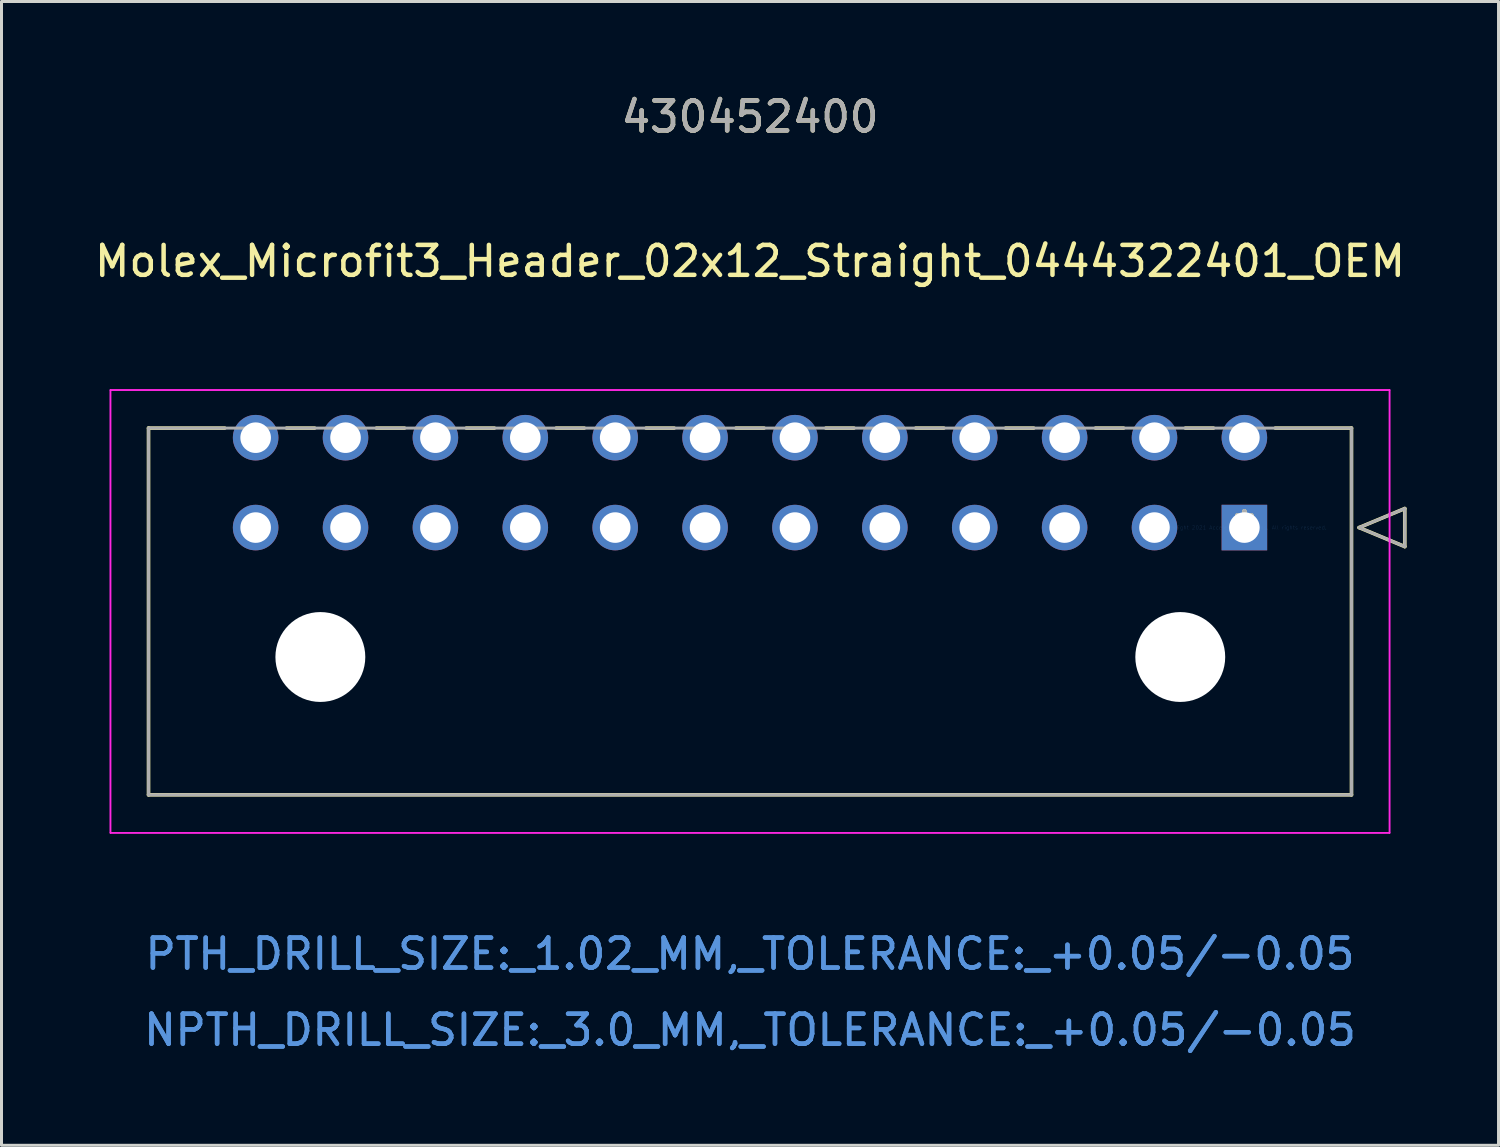
<source format=kicad_pcb>
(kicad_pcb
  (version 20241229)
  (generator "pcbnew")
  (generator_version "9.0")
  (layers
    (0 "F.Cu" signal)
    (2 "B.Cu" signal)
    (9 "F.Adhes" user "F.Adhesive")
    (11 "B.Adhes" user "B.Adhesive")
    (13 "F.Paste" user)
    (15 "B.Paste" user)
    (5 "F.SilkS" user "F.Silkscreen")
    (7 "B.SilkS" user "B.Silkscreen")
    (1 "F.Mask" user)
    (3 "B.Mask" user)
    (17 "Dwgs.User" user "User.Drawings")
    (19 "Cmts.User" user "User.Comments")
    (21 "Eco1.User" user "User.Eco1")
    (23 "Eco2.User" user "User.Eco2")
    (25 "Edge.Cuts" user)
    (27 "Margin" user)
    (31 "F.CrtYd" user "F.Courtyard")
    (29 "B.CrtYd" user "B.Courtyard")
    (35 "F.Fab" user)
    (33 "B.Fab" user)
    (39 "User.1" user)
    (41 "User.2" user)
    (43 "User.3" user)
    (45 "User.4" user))
  (footprint "Molex_Microfit3_Header_02x12_Straight_0444322401_OEM"
    (layer "F.Cu")
    (at 38.482 14.558)
    (property "Reference" "Molex_Microfit3_Header_02x12_Straight_0444322401_OEM" (at -16.5 -8.89 0) (layer "F.SilkS") (effects (font (size 1 1) (thickness 0.15))))
    (attr through_hole)
    (fp_line (start -36.575 -3.32) (end -36.575 8.92) (stroke (width 0.12) (type solid)) (layer "F.SilkS"))
    (fp_line (start -36.575 8.92) (end 3.575 8.92) (stroke (width 0.12) (type solid)) (layer "F.SilkS"))
    (fp_line (start -34.032 -3.32) (end -36.575 -3.32) (stroke (width 0.12) (type solid)) (layer "F.SilkS"))
    (fp_line (start -31.032 -3.32) (end -31.968 -3.32) (stroke (width 0.12) (type solid)) (layer "F.SilkS"))
    (fp_line (start -28.032 -3.32) (end -28.968 -3.32) (stroke (width 0.12) (type solid)) (layer "F.SilkS"))
    (fp_line (start -25.032 -3.32) (end -25.968 -3.32) (stroke (width 0.12) (type solid)) (layer "F.SilkS"))
    (fp_line (start -22.032 -3.32) (end -22.968 -3.32) (stroke (width 0.12) (type solid)) (layer "F.SilkS"))
    (fp_line (start -19.032 -3.32) (end -19.968 -3.32) (stroke (width 0.12) (type solid)) (layer "F.SilkS"))
    (fp_line (start -16.032 -3.32) (end -16.968 -3.32) (stroke (width 0.12) (type solid)) (layer "F.SilkS"))
    (fp_line (start -13.032 -3.32) (end -13.968 -3.32) (stroke (width 0.12) (type solid)) (layer "F.SilkS"))
    (fp_line (start -10.032 -3.32) (end -10.968 -3.32) (stroke (width 0.12) (type solid)) (layer "F.SilkS"))
    (fp_line (start -7.032 -3.32) (end -7.968 -3.32) (stroke (width 0.12) (type solid)) (layer "F.SilkS"))
    (fp_line (start -4.032 -3.32) (end -4.968 -3.32) (stroke (width 0.12) (type solid)) (layer "F.SilkS"))
    (fp_line (start -1.032 -3.32) (end -1.968 -3.32) (stroke (width 0.12) (type solid)) (layer "F.SilkS"))
    (fp_line (start 3.575 -3.32) (end 1.032 -3.32) (stroke (width 0.12) (type solid)) (layer "F.SilkS"))
    (fp_line (start 3.575 8.92) (end 3.575 -3.32) (stroke (width 0.12) (type solid)) (layer "F.SilkS"))
    (fp_line (start 3.829 0) (end 5.353 -0.635) (stroke (width 0.12) (type solid)) (layer "F.SilkS"))
    (fp_line (start 5.353 -0.635) (end 5.353 0.635) (stroke (width 0.12) (type solid)) (layer "F.SilkS"))
    (fp_line (start 5.353 0.635) (end 3.829 0) (stroke (width 0.12) (type solid)) (layer "F.SilkS"))
    (fp_line (start -37.845 -4.59) (end -37.845 10.19) (stroke (width 0.05) (type solid)) (layer "F.CrtYd"))
    (fp_line (start -37.845 -4.59) (end -37.845 10.19) (stroke (width 0.05) (type solid)) (layer "F.CrtYd"))
    (fp_line (start -37.845 10.19) (end 4.845 10.19) (stroke (width 0.05) (type solid)) (layer "F.CrtYd"))
    (fp_line (start -37.845 10.19) (end 4.845 10.19) (stroke (width 0.05) (type solid)) (layer "F.CrtYd"))
    (fp_line (start 4.845 -4.59) (end -37.845 -4.59) (stroke (width 0.05) (type solid)) (layer "F.CrtYd"))
    (fp_line (start 4.845 -4.59) (end -37.845 -4.59) (stroke (width 0.05) (type solid)) (layer "F.CrtYd"))
    (fp_line (start 4.845 10.19) (end 4.845 -4.59) (stroke (width 0.05) (type solid)) (layer "F.CrtYd"))
    (fp_line (start 4.845 10.19) (end 4.845 -4.59) (stroke (width 0.05) (type solid)) (layer "F.CrtYd"))
    (fp_line (start -36.575 -3.32) (end -36.575 8.92) (stroke (width 0.1) (type solid)) (layer "F.Fab"))
    (fp_line (start -36.575 8.92) (end 3.575 8.92) (stroke (width 0.1) (type solid)) (layer "F.Fab"))
    (fp_line (start 3.575 -3.32) (end -36.575 -3.32) (stroke (width 0.1) (type solid)) (layer "F.Fab"))
    (fp_line (start 3.575 8.92) (end 3.575 -3.32) (stroke (width 0.1) (type solid)) (layer "F.Fab"))
    (fp_line (start 3.829 0) (end 5.353 -0.635) (stroke (width 0.1) (type solid)) (layer "F.Fab"))
    (fp_line (start 5.353 -0.635) (end 5.353 0.635) (stroke (width 0.1) (type solid)) (layer "F.Fab"))
    (fp_line (start 5.353 0.635) (end 3.829 0) (stroke (width 0.1) (type solid)) (layer "F.Fab"))
    (fp_text user "*" (at 0 0 0) (layer "F.SilkS") (effects (font (size 1 1) (thickness 0.15))))
    (fp_text user "430452400" (at -16.5 -13.71 0) (layer "F.SilkS") (effects (font (size 1 1) (thickness 0.15))))
    (fp_text user "PTH_DRILL_SIZE:_1.02_MM,_TOLERANCE:_+0.05/-0.05" (at -16.5 14.23 0) (layer "Cmts.User") (effects (font (size 1 1) (thickness 0.15))))
    (fp_text user "PTH_DRILL_SIZE:_1.02_MM,_TOLERANCE:_+0.05/-0.05" (at -16.5 14.23 0) (layer "Cmts.User") (effects (font (size 1 1) (thickness 0.15))))
    (fp_text user "NPTH_DRILL_SIZE:_3.0_MM,_TOLERANCE:_+0.05/-0.05" (at -16.5 16.77 0) (layer "Cmts.User") (effects (font (size 1 1) (thickness 0.15))))
    (fp_text user "NPTH_DRILL_SIZE:_3.0_MM,_TOLERANCE:_+0.05/-0.05" (at -16.5 16.77 0) (layer "Cmts.User") (effects (font (size 1 1) (thickness 0.15))))
    (fp_text user "Copyright 2021 Accelerated Designs. All rights reserved." (at 0 0 0) (layer "Cmts.User") (effects (font (size 0.127 0.127) (thickness 0.002))))
    (fp_text user "*" (at 0 0 0) (layer "F.Fab") (effects (font (size 1 1) (thickness 0.15))))
    (fp_text user "430452400" (at -16.5 -13.71 0) (layer "F.Fab") (effects (font (size 1 1) (thickness 0.15))))
    (pad "" np_thru_hole circle (at -30.84 4.32) (size 3 3) (drill 3) (layers "*.Cu" "*.Mask"))
    (pad "" np_thru_hole circle (at -2.14 4.32) (size 3 3) (drill 3) (layers "*.Cu" "*.Mask"))
    (pad "1" thru_hole rect (at 0 0) (size 1.52 1.52) (drill 1.02) (layers "*.Cu" "*.Mask"))
    (pad "2" thru_hole circle (at -3 0) (size 1.52 1.52) (drill 1.02) (layers "*.Cu" "*.Mask"))
    (pad "3" thru_hole circle (at -6 0) (size 1.52 1.52) (drill 1.02) (layers "*.Cu" "*.Mask"))
    (pad "4" thru_hole circle (at -9 0) (size 1.52 1.52) (drill 1.02) (layers "*.Cu" "*.Mask"))
    (pad "5" thru_hole circle (at -12 0) (size 1.52 1.52) (drill 1.02) (layers "*.Cu" "*.Mask"))
    (pad "6" thru_hole circle (at -15 0) (size 1.52 1.52) (drill 1.02) (layers "*.Cu" "*.Mask"))
    (pad "7" thru_hole circle (at -18 0) (size 1.52 1.52) (drill 1.02) (layers "*.Cu" "*.Mask"))
    (pad "8" thru_hole circle (at -21 0) (size 1.52 1.52) (drill 1.02) (layers "*.Cu" "*.Mask"))
    (pad "9" thru_hole circle (at -24 0) (size 1.52 1.52) (drill 1.02) (layers "*.Cu" "*.Mask"))
    (pad "10" thru_hole circle (at -27 0) (size 1.52 1.52) (drill 1.02) (layers "*.Cu" "*.Mask"))
    (pad "11" thru_hole circle (at -30 0) (size 1.52 1.52) (drill 1.02) (layers "*.Cu" "*.Mask"))
    (pad "12" thru_hole circle (at -33 0) (size 1.52 1.52) (drill 1.02) (layers "*.Cu" "*.Mask"))
    (pad "13" thru_hole circle (at 0 -3) (size 1.52 1.52) (drill 1.02) (layers "*.Cu" "*.Mask"))
    (pad "14" thru_hole circle (at -3 -3) (size 1.52 1.52) (drill 1.02) (layers "*.Cu" "*.Mask"))
    (pad "15" thru_hole circle (at -6 -3) (size 1.52 1.52) (drill 1.02) (layers "*.Cu" "*.Mask"))
    (pad "16" thru_hole circle (at -9 -3) (size 1.52 1.52) (drill 1.02) (layers "*.Cu" "*.Mask"))
    (pad "17" thru_hole circle (at -12 -3) (size 1.52 1.52) (drill 1.02) (layers "*.Cu" "*.Mask"))
    (pad "18" thru_hole circle (at -15 -3) (size 1.52 1.52) (drill 1.02) (layers "*.Cu" "*.Mask"))
    (pad "19" thru_hole circle (at -18 -3) (size 1.52 1.52) (drill 1.02) (layers "*.Cu" "*.Mask"))
    (pad "20" thru_hole circle (at -21 -3) (size 1.52 1.52) (drill 1.02) (layers "*.Cu" "*.Mask"))
    (pad "21" thru_hole circle (at -24 -3) (size 1.52 1.52) (drill 1.02) (layers "*.Cu" "*.Mask"))
    (pad "22" thru_hole circle (at -27 -3) (size 1.52 1.52) (drill 1.02) (layers "*.Cu" "*.Mask"))
    (pad "23" thru_hole circle (at -30 -3) (size 1.52 1.52) (drill 1.02) (layers "*.Cu" "*.Mask"))
    (pad "24" thru_hole circle (at -33 -3) (size 1.52 1.52) (drill 1.02) (layers "*.Cu" "*.Mask")))
  (gr_rect
    (start -3 -3)
    (end 46.964 35.176)
    (stroke (width 0.1) (type default))
    (fill no)
    (layer "Edge.Cuts")))
</source>
